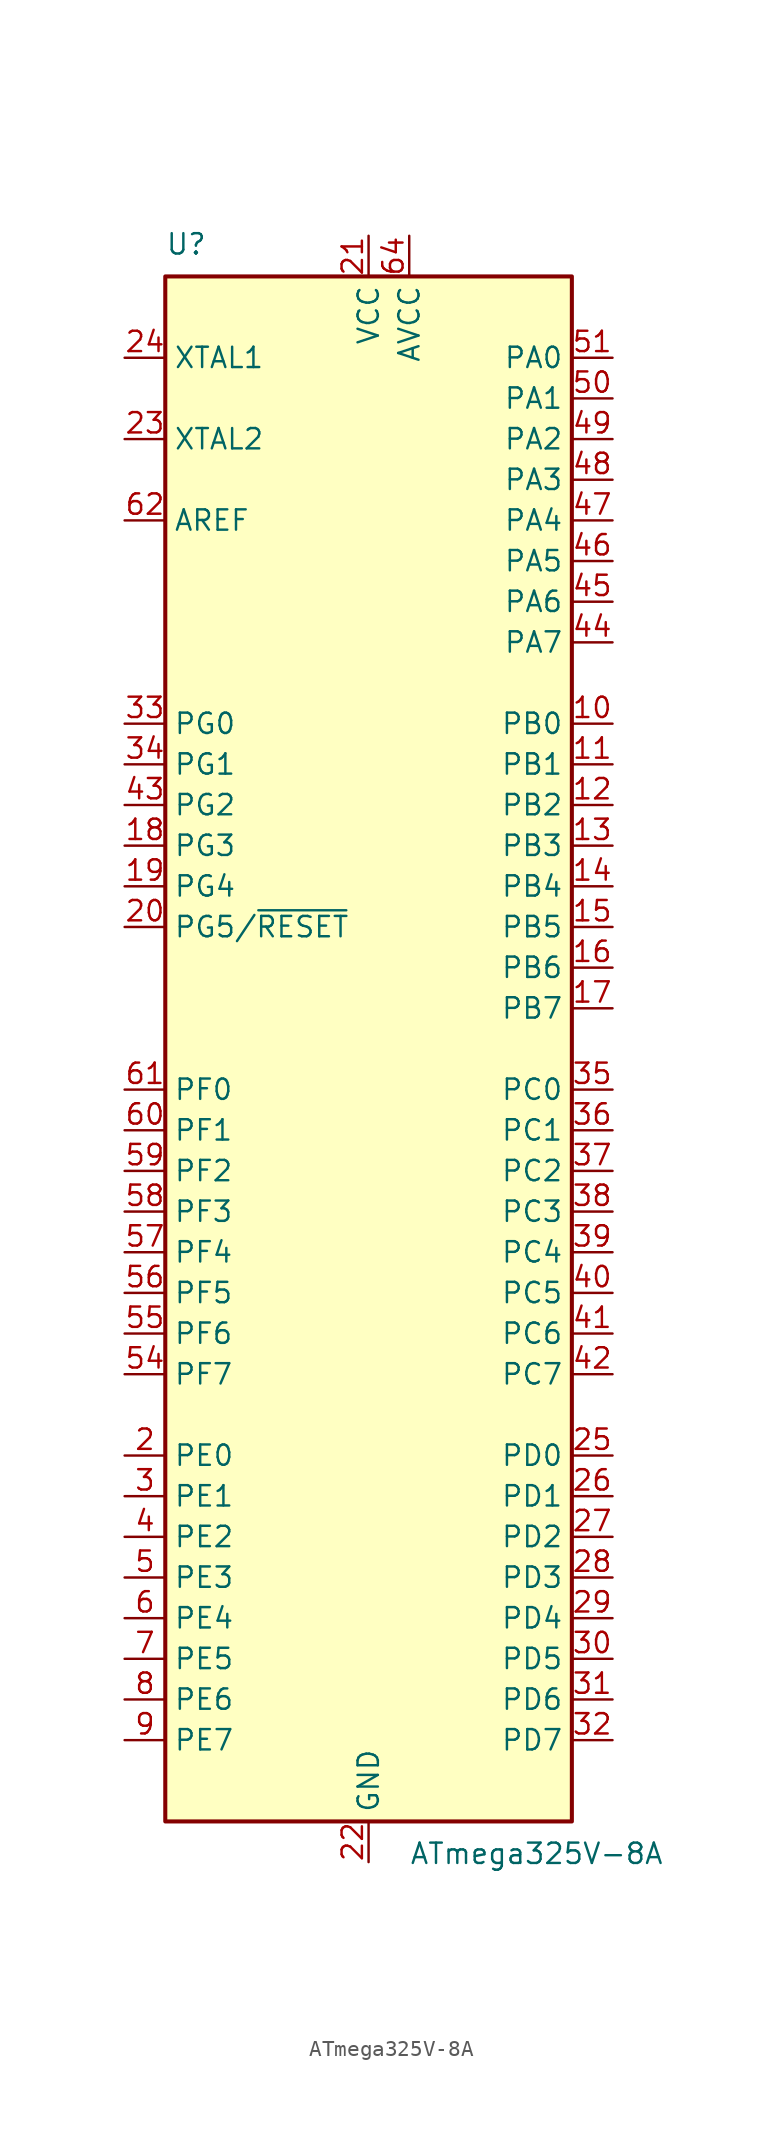
<source format=kicad_sym>
(kicad_symbol_lib
  (version 20201005)
  (generator kicad_symbol_editor)
  (symbol "MCU_Microchip_ATmega:ATmega325V-8A"
    (property "Reference" "U"
      (at -12.7 49.53 0)
      (effects (font (size 1.27 1.27)) (justify left bottom)))
    (property "Value" "ATmega325V-8A"
      (at 2.54 -49.53 0)
      (effects (font (size 1.27 1.27)) (justify left top)))
    (symbol "ATmega325V-8A_0_1"
      (rectangle (start -12.7 -48.26) (end 12.7 48.26) (stroke (width 0.254)) (fill (type background))))
    (symbol "ATmega325V-8A_1_1"
      (pin no_connect line (at -12.7 -45.72 0) (length 2.54) hide (name "NC" (effects (font (size 1.27 1.27)))) (number "1" (effects (font (size 1.27 1.27)))))
      (pin bidirectional line (at 15.24 20.32 180) (length 2.54) (name "PB0" (effects (font (size 1.27 1.27)))) (number "10" (effects (font (size 1.27 1.27)))))
      (pin bidirectional line (at 15.24 17.78 180) (length 2.54) (name "PB1" (effects (font (size 1.27 1.27)))) (number "11" (effects (font (size 1.27 1.27)))))
      (pin bidirectional line (at 15.24 15.24 180) (length 2.54) (name "PB2" (effects (font (size 1.27 1.27)))) (number "12" (effects (font (size 1.27 1.27)))))
      (pin bidirectional line (at 15.24 12.7 180) (length 2.54) (name "PB3" (effects (font (size 1.27 1.27)))) (number "13" (effects (font (size 1.27 1.27)))))
      (pin bidirectional line (at 15.24 10.16 180) (length 2.54) (name "PB4" (effects (font (size 1.27 1.27)))) (number "14" (effects (font (size 1.27 1.27)))))
      (pin bidirectional line (at 15.24 7.62 180) (length 2.54) (name "PB5" (effects (font (size 1.27 1.27)))) (number "15" (effects (font (size 1.27 1.27)))))
      (pin bidirectional line (at 15.24 5.08 180) (length 2.54) (name "PB6" (effects (font (size 1.27 1.27)))) (number "16" (effects (font (size 1.27 1.27)))))
      (pin bidirectional line (at 15.24 2.54 180) (length 2.54) (name "PB7" (effects (font (size 1.27 1.27)))) (number "17" (effects (font (size 1.27 1.27)))))
      (pin bidirectional line (at -15.24 12.7 0) (length 2.54) (name "PG3" (effects (font (size 1.27 1.27)))) (number "18" (effects (font (size 1.27 1.27)))))
      (pin bidirectional line (at -15.24 10.16 0) (length 2.54) (name "PG4" (effects (font (size 1.27 1.27)))) (number "19" (effects (font (size 1.27 1.27)))))
      (pin bidirectional line (at -15.24 -25.4 0) (length 2.54) (name "PE0" (effects (font (size 1.27 1.27)))) (number "2" (effects (font (size 1.27 1.27)))))
      (pin bidirectional line (at -15.24 7.62 0) (length 2.54) (name "PG5/~RESET" (effects (font (size 1.27 1.27)))) (number "20" (effects (font (size 1.27 1.27)))))
      (pin power_in line (at 0 50.8 270) (length 2.54) (name "VCC" (effects (font (size 1.27 1.27)))) (number "21" (effects (font (size 1.27 1.27)))))
      (pin power_in line (at 0 -50.8 90) (length 2.54) (name "GND" (effects (font (size 1.27 1.27)))) (number "22" (effects (font (size 1.27 1.27)))))
      (pin output line (at -15.24 38.1 0) (length 2.54) (name "XTAL2" (effects (font (size 1.27 1.27)))) (number "23" (effects (font (size 1.27 1.27)))))
      (pin input line (at -15.24 43.18 0) (length 2.54) (name "XTAL1" (effects (font (size 1.27 1.27)))) (number "24" (effects (font (size 1.27 1.27)))))
      (pin bidirectional line (at 15.24 -25.4 180) (length 2.54) (name "PD0" (effects (font (size 1.27 1.27)))) (number "25" (effects (font (size 1.27 1.27)))))
      (pin bidirectional line (at 15.24 -27.94 180) (length 2.54) (name "PD1" (effects (font (size 1.27 1.27)))) (number "26" (effects (font (size 1.27 1.27)))))
      (pin bidirectional line (at 15.24 -30.48 180) (length 2.54) (name "PD2" (effects (font (size 1.27 1.27)))) (number "27" (effects (font (size 1.27 1.27)))))
      (pin bidirectional line (at 15.24 -33.02 180) (length 2.54) (name "PD3" (effects (font (size 1.27 1.27)))) (number "28" (effects (font (size 1.27 1.27)))))
      (pin bidirectional line (at 15.24 -35.56 180) (length 2.54) (name "PD4" (effects (font (size 1.27 1.27)))) (number "29" (effects (font (size 1.27 1.27)))))
      (pin bidirectional line (at -15.24 -27.94 0) (length 2.54) (name "PE1" (effects (font (size 1.27 1.27)))) (number "3" (effects (font (size 1.27 1.27)))))
      (pin bidirectional line (at 15.24 -38.1 180) (length 2.54) (name "PD5" (effects (font (size 1.27 1.27)))) (number "30" (effects (font (size 1.27 1.27)))))
      (pin bidirectional line (at 15.24 -40.64 180) (length 2.54) (name "PD6" (effects (font (size 1.27 1.27)))) (number "31" (effects (font (size 1.27 1.27)))))
      (pin bidirectional line (at 15.24 -43.18 180) (length 2.54) (name "PD7" (effects (font (size 1.27 1.27)))) (number "32" (effects (font (size 1.27 1.27)))))
      (pin bidirectional line (at -15.24 20.32 0) (length 2.54) (name "PG0" (effects (font (size 1.27 1.27)))) (number "33" (effects (font (size 1.27 1.27)))))
      (pin bidirectional line (at -15.24 17.78 0) (length 2.54) (name "PG1" (effects (font (size 1.27 1.27)))) (number "34" (effects (font (size 1.27 1.27)))))
      (pin bidirectional line (at 15.24 -2.54 180) (length 2.54) (name "PC0" (effects (font (size 1.27 1.27)))) (number "35" (effects (font (size 1.27 1.27)))))
      (pin bidirectional line (at 15.24 -5.08 180) (length 2.54) (name "PC1" (effects (font (size 1.27 1.27)))) (number "36" (effects (font (size 1.27 1.27)))))
      (pin bidirectional line (at 15.24 -7.62 180) (length 2.54) (name "PC2" (effects (font (size 1.27 1.27)))) (number "37" (effects (font (size 1.27 1.27)))))
      (pin bidirectional line (at 15.24 -10.16 180) (length 2.54) (name "PC3" (effects (font (size 1.27 1.27)))) (number "38" (effects (font (size 1.27 1.27)))))
      (pin bidirectional line (at 15.24 -12.7 180) (length 2.54) (name "PC4" (effects (font (size 1.27 1.27)))) (number "39" (effects (font (size 1.27 1.27)))))
      (pin bidirectional line (at -15.24 -30.48 0) (length 2.54) (name "PE2" (effects (font (size 1.27 1.27)))) (number "4" (effects (font (size 1.27 1.27)))))
      (pin bidirectional line (at 15.24 -15.24 180) (length 2.54) (name "PC5" (effects (font (size 1.27 1.27)))) (number "40" (effects (font (size 1.27 1.27)))))
      (pin bidirectional line (at 15.24 -17.78 180) (length 2.54) (name "PC6" (effects (font (size 1.27 1.27)))) (number "41" (effects (font (size 1.27 1.27)))))
      (pin bidirectional line (at 15.24 -20.32 180) (length 2.54) (name "PC7" (effects (font (size 1.27 1.27)))) (number "42" (effects (font (size 1.27 1.27)))))
      (pin bidirectional line (at -15.24 15.24 0) (length 2.54) (name "PG2" (effects (font (size 1.27 1.27)))) (number "43" (effects (font (size 1.27 1.27)))))
      (pin bidirectional line (at 15.24 25.4 180) (length 2.54) (name "PA7" (effects (font (size 1.27 1.27)))) (number "44" (effects (font (size 1.27 1.27)))))
      (pin bidirectional line (at 15.24 27.94 180) (length 2.54) (name "PA6" (effects (font (size 1.27 1.27)))) (number "45" (effects (font (size 1.27 1.27)))))
      (pin bidirectional line (at 15.24 30.48 180) (length 2.54) (name "PA5" (effects (font (size 1.27 1.27)))) (number "46" (effects (font (size 1.27 1.27)))))
      (pin bidirectional line (at 15.24 33.02 180) (length 2.54) (name "PA4" (effects (font (size 1.27 1.27)))) (number "47" (effects (font (size 1.27 1.27)))))
      (pin bidirectional line (at 15.24 35.56 180) (length 2.54) (name "PA3" (effects (font (size 1.27 1.27)))) (number "48" (effects (font (size 1.27 1.27)))))
      (pin bidirectional line (at 15.24 38.1 180) (length 2.54) (name "PA2" (effects (font (size 1.27 1.27)))) (number "49" (effects (font (size 1.27 1.27)))))
      (pin bidirectional line (at -15.24 -33.02 0) (length 2.54) (name "PE3" (effects (font (size 1.27 1.27)))) (number "5" (effects (font (size 1.27 1.27)))))
      (pin bidirectional line (at 15.24 40.64 180) (length 2.54) (name "PA1" (effects (font (size 1.27 1.27)))) (number "50" (effects (font (size 1.27 1.27)))))
      (pin bidirectional line (at 15.24 43.18 180) (length 2.54) (name "PA0" (effects (font (size 1.27 1.27)))) (number "51" (effects (font (size 1.27 1.27)))))
      (pin passive line (at 0 50.8 270) (length 2.54) hide (name "VCC" (effects (font (size 1.27 1.27)))) (number "52" (effects (font (size 1.27 1.27)))))
      (pin passive line (at 0 -50.8 90) (length 2.54) hide (name "GND" (effects (font (size 1.27 1.27)))) (number "53" (effects (font (size 1.27 1.27)))))
      (pin bidirectional line (at -15.24 -20.32 0) (length 2.54) (name "PF7" (effects (font (size 1.27 1.27)))) (number "54" (effects (font (size 1.27 1.27)))))
      (pin bidirectional line (at -15.24 -17.78 0) (length 2.54) (name "PF6" (effects (font (size 1.27 1.27)))) (number "55" (effects (font (size 1.27 1.27)))))
      (pin bidirectional line (at -15.24 -15.24 0) (length 2.54) (name "PF5" (effects (font (size 1.27 1.27)))) (number "56" (effects (font (size 1.27 1.27)))))
      (pin bidirectional line (at -15.24 -12.7 0) (length 2.54) (name "PF4" (effects (font (size 1.27 1.27)))) (number "57" (effects (font (size 1.27 1.27)))))
      (pin bidirectional line (at -15.24 -10.16 0) (length 2.54) (name "PF3" (effects (font (size 1.27 1.27)))) (number "58" (effects (font (size 1.27 1.27)))))
      (pin bidirectional line (at -15.24 -7.62 0) (length 2.54) (name "PF2" (effects (font (size 1.27 1.27)))) (number "59" (effects (font (size 1.27 1.27)))))
      (pin bidirectional line (at -15.24 -35.56 0) (length 2.54) (name "PE4" (effects (font (size 1.27 1.27)))) (number "6" (effects (font (size 1.27 1.27)))))
      (pin bidirectional line (at -15.24 -5.08 0) (length 2.54) (name "PF1" (effects (font (size 1.27 1.27)))) (number "60" (effects (font (size 1.27 1.27)))))
      (pin bidirectional line (at -15.24 -2.54 0) (length 2.54) (name "PF0" (effects (font (size 1.27 1.27)))) (number "61" (effects (font (size 1.27 1.27)))))
      (pin passive line (at -15.24 33.02 0) (length 2.54) (name "AREF" (effects (font (size 1.27 1.27)))) (number "62" (effects (font (size 1.27 1.27)))))
      (pin passive line (at 0 -50.8 90) (length 2.54) hide (name "GND" (effects (font (size 1.27 1.27)))) (number "63" (effects (font (size 1.27 1.27)))))
      (pin power_in line (at 2.54 50.8 270) (length 2.54) (name "AVCC" (effects (font (size 1.27 1.27)))) (number "64" (effects (font (size 1.27 1.27)))))
      (pin bidirectional line (at -15.24 -38.1 0) (length 2.54) (name "PE5" (effects (font (size 1.27 1.27)))) (number "7" (effects (font (size 1.27 1.27)))))
      (pin bidirectional line (at -15.24 -40.64 0) (length 2.54) (name "PE6" (effects (font (size 1.27 1.27)))) (number "8" (effects (font (size 1.27 1.27)))))
      (pin bidirectional line (at -15.24 -43.18 0) (length 2.54) (name "PE7" (effects (font (size 1.27 1.27)))) (number "9" (effects (font (size 1.27 1.27))))))))
</source>
